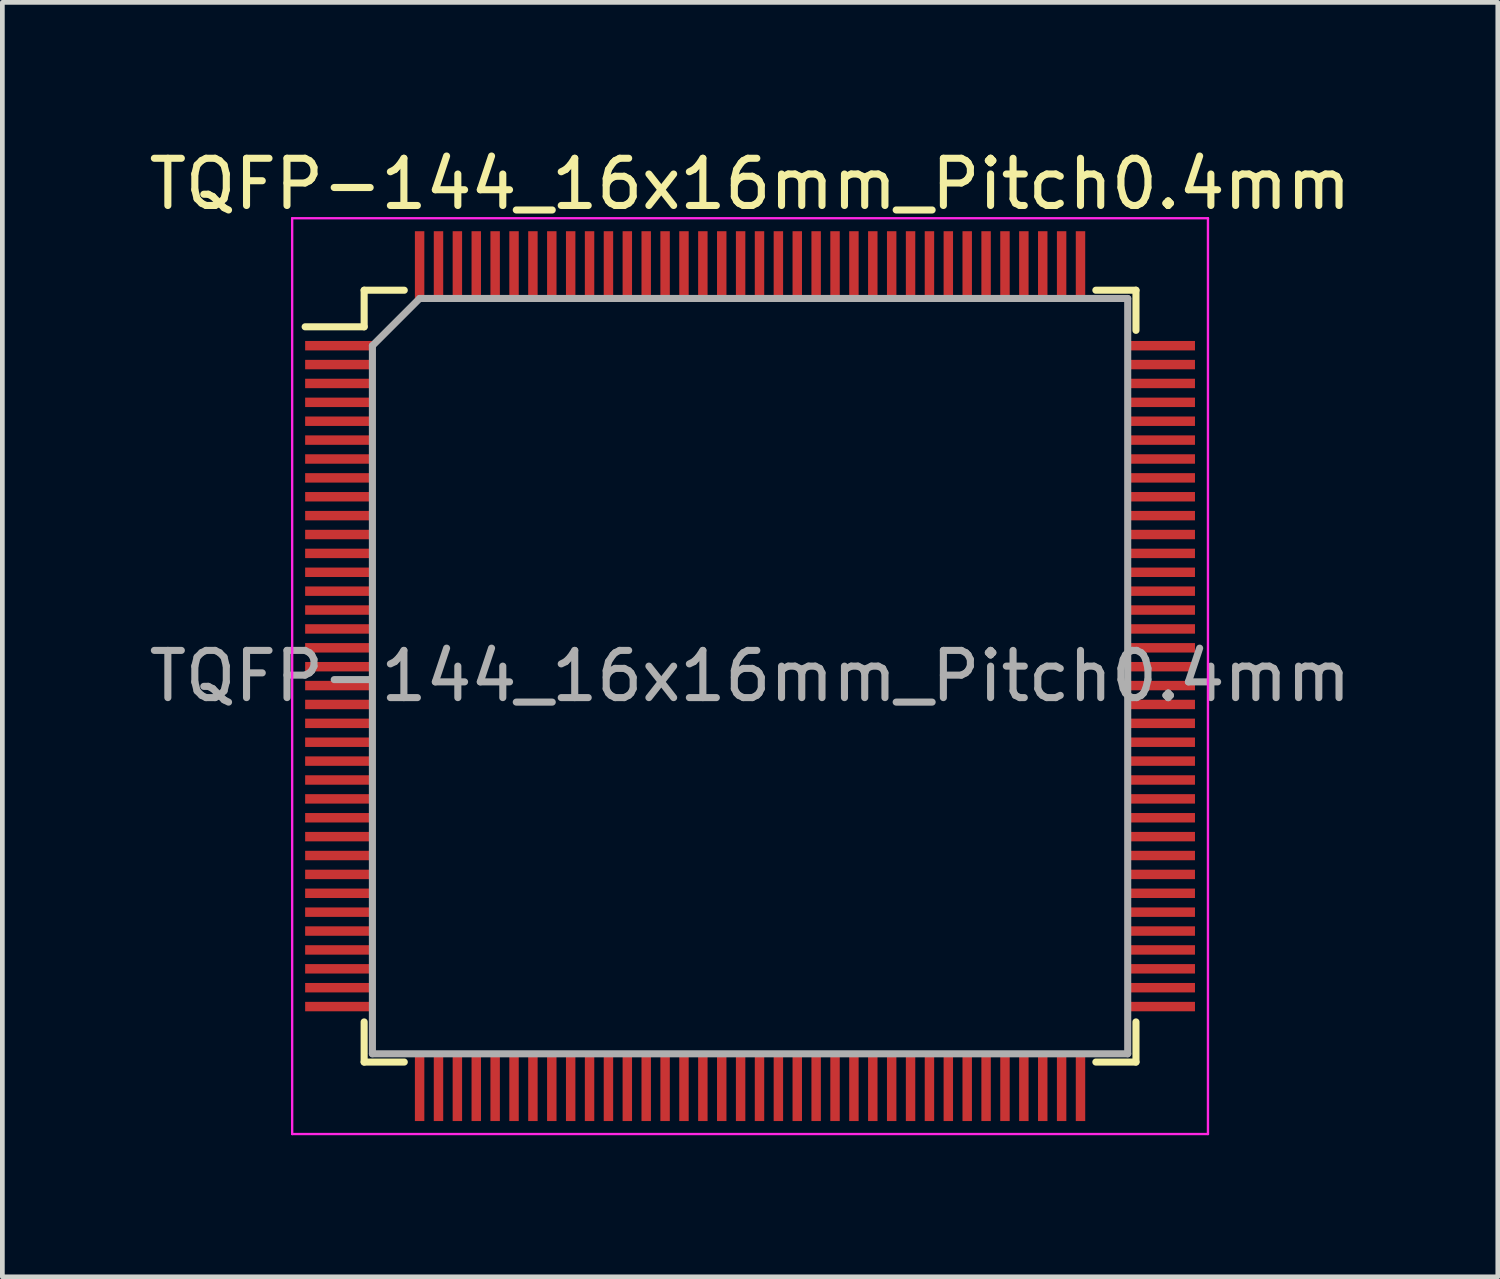
<source format=kicad_pcb>
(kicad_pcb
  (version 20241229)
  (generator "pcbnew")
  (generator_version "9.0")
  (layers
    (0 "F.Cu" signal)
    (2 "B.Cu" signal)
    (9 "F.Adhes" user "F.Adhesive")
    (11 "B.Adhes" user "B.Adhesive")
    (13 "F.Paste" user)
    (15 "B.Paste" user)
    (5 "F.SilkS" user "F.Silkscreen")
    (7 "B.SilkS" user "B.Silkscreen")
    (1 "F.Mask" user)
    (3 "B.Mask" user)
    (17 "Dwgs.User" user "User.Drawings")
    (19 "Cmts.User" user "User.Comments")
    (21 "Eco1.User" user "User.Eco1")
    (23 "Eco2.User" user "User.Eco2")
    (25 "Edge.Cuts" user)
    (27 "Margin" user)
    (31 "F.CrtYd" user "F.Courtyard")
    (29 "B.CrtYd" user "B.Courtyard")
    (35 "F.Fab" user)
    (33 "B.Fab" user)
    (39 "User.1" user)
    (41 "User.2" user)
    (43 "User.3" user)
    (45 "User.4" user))
  (footprint "TQFP-144_16x16mm_Pitch0.4mm"
    (layer "F.Cu")
    (at 12.839 11.273)
    (property "Reference" "TQFP-144_16x16mm_Pitch0.4mm" (at 0 -10.425 0) (layer "F.SilkS") (effects (font (size 1 1) (thickness 0.15))))
    (attr smd)
    (fp_line (start -8.175 -8.175) (end -8.175 -7.4) (stroke (width 0.15) (type solid)) (layer "F.SilkS"))
    (fp_line (start -8.175 -8.175) (end -7.325 -8.175) (stroke (width 0.15) (type solid)) (layer "F.SilkS"))
    (fp_line (start -8.175 -7.4) (end -9.425 -7.4) (stroke (width 0.15) (type solid)) (layer "F.SilkS"))
    (fp_line (start -8.175 8.175) (end -8.175 7.325) (stroke (width 0.15) (type solid)) (layer "F.SilkS"))
    (fp_line (start -8.175 8.175) (end -7.325 8.175) (stroke (width 0.15) (type solid)) (layer "F.SilkS"))
    (fp_line (start 8.175 -8.175) (end 7.325 -8.175) (stroke (width 0.15) (type solid)) (layer "F.SilkS"))
    (fp_line (start 8.175 -8.175) (end 8.175 -7.325) (stroke (width 0.15) (type solid)) (layer "F.SilkS"))
    (fp_line (start 8.175 8.175) (end 7.325 8.175) (stroke (width 0.15) (type solid)) (layer "F.SilkS"))
    (fp_line (start 8.175 8.175) (end 8.175 7.325) (stroke (width 0.15) (type solid)) (layer "F.SilkS"))
    (fp_line (start -9.7 -9.7) (end -9.7 9.7) (stroke (width 0.05) (type solid)) (layer "F.CrtYd"))
    (fp_line (start -9.7 -9.7) (end 9.7 -9.7) (stroke (width 0.05) (type solid)) (layer "F.CrtYd"))
    (fp_line (start -9.7 9.7) (end 9.7 9.7) (stroke (width 0.05) (type solid)) (layer "F.CrtYd"))
    (fp_line (start 9.7 -9.7) (end 9.7 9.7) (stroke (width 0.05) (type solid)) (layer "F.CrtYd"))
    (fp_line (start -8 -7) (end -7 -8) (stroke (width 0.15) (type solid)) (layer "F.Fab"))
    (fp_line (start -8 8) (end -8 -7) (stroke (width 0.15) (type solid)) (layer "F.Fab"))
    (fp_line (start -7 -8) (end 8 -8) (stroke (width 0.15) (type solid)) (layer "F.Fab"))
    (fp_line (start 8 -8) (end 8 8) (stroke (width 0.15) (type solid)) (layer "F.Fab"))
    (fp_line (start 8 8) (end -8 8) (stroke (width 0.15) (type solid)) (layer "F.Fab"))
    (fp_text user "${REFERENCE}" (at 0 0 0) (layer "F.Fab") (effects (font (size 1 1) (thickness 0.15))))
    (pad "1" smd rect (at -8.7 -7) (size 1.45 0.2) (layers "F.Cu" "F.Mask" "F.Paste"))
    (pad "2" smd rect (at -8.7 -6.6) (size 1.45 0.2) (layers "F.Cu" "F.Mask" "F.Paste"))
    (pad "3" smd rect (at -8.7 -6.2) (size 1.45 0.2) (layers "F.Cu" "F.Mask" "F.Paste"))
    (pad "4" smd rect (at -8.7 -5.8) (size 1.45 0.2) (layers "F.Cu" "F.Mask" "F.Paste"))
    (pad "5" smd rect (at -8.7 -5.4) (size 1.45 0.2) (layers "F.Cu" "F.Mask" "F.Paste"))
    (pad "6" smd rect (at -8.7 -5) (size 1.45 0.2) (layers "F.Cu" "F.Mask" "F.Paste"))
    (pad "7" smd rect (at -8.7 -4.6) (size 1.45 0.2) (layers "F.Cu" "F.Mask" "F.Paste"))
    (pad "8" smd rect (at -8.7 -4.2) (size 1.45 0.2) (layers "F.Cu" "F.Mask" "F.Paste"))
    (pad "9" smd rect (at -8.7 -3.8) (size 1.45 0.2) (layers "F.Cu" "F.Mask" "F.Paste"))
    (pad "10" smd rect (at -8.7 -3.4) (size 1.45 0.2) (layers "F.Cu" "F.Mask" "F.Paste"))
    (pad "11" smd rect (at -8.7 -3) (size 1.45 0.2) (layers "F.Cu" "F.Mask" "F.Paste"))
    (pad "12" smd rect (at -8.7 -2.6) (size 1.45 0.2) (layers "F.Cu" "F.Mask" "F.Paste"))
    (pad "13" smd rect (at -8.7 -2.2) (size 1.45 0.2) (layers "F.Cu" "F.Mask" "F.Paste"))
    (pad "14" smd rect (at -8.7 -1.8) (size 1.45 0.2) (layers "F.Cu" "F.Mask" "F.Paste"))
    (pad "15" smd rect (at -8.7 -1.4) (size 1.45 0.2) (layers "F.Cu" "F.Mask" "F.Paste"))
    (pad "16" smd rect (at -8.7 -1) (size 1.45 0.2) (layers "F.Cu" "F.Mask" "F.Paste"))
    (pad "17" smd rect (at -8.7 -0.6) (size 1.45 0.2) (layers "F.Cu" "F.Mask" "F.Paste"))
    (pad "18" smd rect (at -8.7 -0.2) (size 1.45 0.2) (layers "F.Cu" "F.Mask" "F.Paste"))
    (pad "19" smd rect (at -8.7 0.2) (size 1.45 0.2) (layers "F.Cu" "F.Mask" "F.Paste"))
    (pad "20" smd rect (at -8.7 0.6) (size 1.45 0.2) (layers "F.Cu" "F.Mask" "F.Paste"))
    (pad "21" smd rect (at -8.7 1) (size 1.45 0.2) (layers "F.Cu" "F.Mask" "F.Paste"))
    (pad "22" smd rect (at -8.7 1.4) (size 1.45 0.2) (layers "F.Cu" "F.Mask" "F.Paste"))
    (pad "23" smd rect (at -8.7 1.8) (size 1.45 0.2) (layers "F.Cu" "F.Mask" "F.Paste"))
    (pad "24" smd rect (at -8.7 2.2) (size 1.45 0.2) (layers "F.Cu" "F.Mask" "F.Paste"))
    (pad "25" smd rect (at -8.7 2.6) (size 1.45 0.2) (layers "F.Cu" "F.Mask" "F.Paste"))
    (pad "26" smd rect (at -8.7 3) (size 1.45 0.2) (layers "F.Cu" "F.Mask" "F.Paste"))
    (pad "27" smd rect (at -8.7 3.4) (size 1.45 0.2) (layers "F.Cu" "F.Mask" "F.Paste"))
    (pad "28" smd rect (at -8.7 3.8) (size 1.45 0.2) (layers "F.Cu" "F.Mask" "F.Paste"))
    (pad "29" smd rect (at -8.7 4.2) (size 1.45 0.2) (layers "F.Cu" "F.Mask" "F.Paste"))
    (pad "30" smd rect (at -8.7 4.6) (size 1.45 0.2) (layers "F.Cu" "F.Mask" "F.Paste"))
    (pad "31" smd rect (at -8.7 5) (size 1.45 0.2) (layers "F.Cu" "F.Mask" "F.Paste"))
    (pad "32" smd rect (at -8.7 5.4) (size 1.45 0.2) (layers "F.Cu" "F.Mask" "F.Paste"))
    (pad "33" smd rect (at -8.7 5.8) (size 1.45 0.2) (layers "F.Cu" "F.Mask" "F.Paste"))
    (pad "34" smd rect (at -8.7 6.2) (size 1.45 0.2) (layers "F.Cu" "F.Mask" "F.Paste"))
    (pad "35" smd rect (at -8.7 6.6) (size 1.45 0.2) (layers "F.Cu" "F.Mask" "F.Paste"))
    (pad "36" smd rect (at -8.7 7) (size 1.45 0.2) (layers "F.Cu" "F.Mask" "F.Paste"))
    (pad "37" smd rect (at -7 8.7 90) (size 1.45 0.2) (layers "F.Cu" "F.Mask" "F.Paste"))
    (pad "38" smd rect (at -6.6 8.7 90) (size 1.45 0.2) (layers "F.Cu" "F.Mask" "F.Paste"))
    (pad "39" smd rect (at -6.2 8.7 90) (size 1.45 0.2) (layers "F.Cu" "F.Mask" "F.Paste"))
    (pad "40" smd rect (at -5.8 8.7 90) (size 1.45 0.2) (layers "F.Cu" "F.Mask" "F.Paste"))
    (pad "41" smd rect (at -5.4 8.7 90) (size 1.45 0.2) (layers "F.Cu" "F.Mask" "F.Paste"))
    (pad "42" smd rect (at -5 8.7 90) (size 1.45 0.2) (layers "F.Cu" "F.Mask" "F.Paste"))
    (pad "43" smd rect (at -4.6 8.7 90) (size 1.45 0.2) (layers "F.Cu" "F.Mask" "F.Paste"))
    (pad "44" smd rect (at -4.2 8.7 90) (size 1.45 0.2) (layers "F.Cu" "F.Mask" "F.Paste"))
    (pad "45" smd rect (at -3.8 8.7 90) (size 1.45 0.2) (layers "F.Cu" "F.Mask" "F.Paste"))
    (pad "46" smd rect (at -3.4 8.7 90) (size 1.45 0.2) (layers "F.Cu" "F.Mask" "F.Paste"))
    (pad "47" smd rect (at -3 8.7 90) (size 1.45 0.2) (layers "F.Cu" "F.Mask" "F.Paste"))
    (pad "48" smd rect (at -2.6 8.7 90) (size 1.45 0.2) (layers "F.Cu" "F.Mask" "F.Paste"))
    (pad "49" smd rect (at -2.2 8.7 90) (size 1.45 0.2) (layers "F.Cu" "F.Mask" "F.Paste"))
    (pad "50" smd rect (at -1.8 8.7 90) (size 1.45 0.2) (layers "F.Cu" "F.Mask" "F.Paste"))
    (pad "51" smd rect (at -1.4 8.7 90) (size 1.45 0.2) (layers "F.Cu" "F.Mask" "F.Paste"))
    (pad "52" smd rect (at -1 8.7 90) (size 1.45 0.2) (layers "F.Cu" "F.Mask" "F.Paste"))
    (pad "53" smd rect (at -0.6 8.7 90) (size 1.45 0.2) (layers "F.Cu" "F.Mask" "F.Paste"))
    (pad "54" smd rect (at -0.2 8.7 90) (size 1.45 0.2) (layers "F.Cu" "F.Mask" "F.Paste"))
    (pad "55" smd rect (at 0.2 8.7 90) (size 1.45 0.2) (layers "F.Cu" "F.Mask" "F.Paste"))
    (pad "56" smd rect (at 0.6 8.7 90) (size 1.45 0.2) (layers "F.Cu" "F.Mask" "F.Paste"))
    (pad "57" smd rect (at 1 8.7 90) (size 1.45 0.2) (layers "F.Cu" "F.Mask" "F.Paste"))
    (pad "58" smd rect (at 1.4 8.7 90) (size 1.45 0.2) (layers "F.Cu" "F.Mask" "F.Paste"))
    (pad "59" smd rect (at 1.8 8.7 90) (size 1.45 0.2) (layers "F.Cu" "F.Mask" "F.Paste"))
    (pad "60" smd rect (at 2.2 8.7 90) (size 1.45 0.2) (layers "F.Cu" "F.Mask" "F.Paste"))
    (pad "61" smd rect (at 2.6 8.7 90) (size 1.45 0.2) (layers "F.Cu" "F.Mask" "F.Paste"))
    (pad "62" smd rect (at 3 8.7 90) (size 1.45 0.2) (layers "F.Cu" "F.Mask" "F.Paste"))
    (pad "63" smd rect (at 3.4 8.7 90) (size 1.45 0.2) (layers "F.Cu" "F.Mask" "F.Paste"))
    (pad "64" smd rect (at 3.8 8.7 90) (size 1.45 0.2) (layers "F.Cu" "F.Mask" "F.Paste"))
    (pad "65" smd rect (at 4.2 8.7 90) (size 1.45 0.2) (layers "F.Cu" "F.Mask" "F.Paste"))
    (pad "66" smd rect (at 4.6 8.7 90) (size 1.45 0.2) (layers "F.Cu" "F.Mask" "F.Paste"))
    (pad "67" smd rect (at 5 8.7 90) (size 1.45 0.2) (layers "F.Cu" "F.Mask" "F.Paste"))
    (pad "68" smd rect (at 5.4 8.7 90) (size 1.45 0.2) (layers "F.Cu" "F.Mask" "F.Paste"))
    (pad "69" smd rect (at 5.8 8.7 90) (size 1.45 0.2) (layers "F.Cu" "F.Mask" "F.Paste"))
    (pad "70" smd rect (at 6.2 8.7 90) (size 1.45 0.2) (layers "F.Cu" "F.Mask" "F.Paste"))
    (pad "71" smd rect (at 6.6 8.7 90) (size 1.45 0.2) (layers "F.Cu" "F.Mask" "F.Paste"))
    (pad "72" smd rect (at 7 8.7 90) (size 1.45 0.2) (layers "F.Cu" "F.Mask" "F.Paste"))
    (pad "73" smd rect (at 8.7 7) (size 1.45 0.2) (layers "F.Cu" "F.Mask" "F.Paste"))
    (pad "74" smd rect (at 8.7 6.6) (size 1.45 0.2) (layers "F.Cu" "F.Mask" "F.Paste"))
    (pad "75" smd rect (at 8.7 6.2) (size 1.45 0.2) (layers "F.Cu" "F.Mask" "F.Paste"))
    (pad "76" smd rect (at 8.7 5.8) (size 1.45 0.2) (layers "F.Cu" "F.Mask" "F.Paste"))
    (pad "77" smd rect (at 8.7 5.4) (size 1.45 0.2) (layers "F.Cu" "F.Mask" "F.Paste"))
    (pad "78" smd rect (at 8.7 5) (size 1.45 0.2) (layers "F.Cu" "F.Mask" "F.Paste"))
    (pad "79" smd rect (at 8.7 4.6) (size 1.45 0.2) (layers "F.Cu" "F.Mask" "F.Paste"))
    (pad "80" smd rect (at 8.7 4.2) (size 1.45 0.2) (layers "F.Cu" "F.Mask" "F.Paste"))
    (pad "81" smd rect (at 8.7 3.8) (size 1.45 0.2) (layers "F.Cu" "F.Mask" "F.Paste"))
    (pad "82" smd rect (at 8.7 3.4) (size 1.45 0.2) (layers "F.Cu" "F.Mask" "F.Paste"))
    (pad "83" smd rect (at 8.7 3) (size 1.45 0.2) (layers "F.Cu" "F.Mask" "F.Paste"))
    (pad "84" smd rect (at 8.7 2.6) (size 1.45 0.2) (layers "F.Cu" "F.Mask" "F.Paste"))
    (pad "85" smd rect (at 8.7 2.2) (size 1.45 0.2) (layers "F.Cu" "F.Mask" "F.Paste"))
    (pad "86" smd rect (at 8.7 1.8) (size 1.45 0.2) (layers "F.Cu" "F.Mask" "F.Paste"))
    (pad "87" smd rect (at 8.7 1.4) (size 1.45 0.2) (layers "F.Cu" "F.Mask" "F.Paste"))
    (pad "88" smd rect (at 8.7 1) (size 1.45 0.2) (layers "F.Cu" "F.Mask" "F.Paste"))
    (pad "89" smd rect (at 8.7 0.6) (size 1.45 0.2) (layers "F.Cu" "F.Mask" "F.Paste"))
    (pad "90" smd rect (at 8.7 0.2) (size 1.45 0.2) (layers "F.Cu" "F.Mask" "F.Paste"))
    (pad "91" smd rect (at 8.7 -0.2) (size 1.45 0.2) (layers "F.Cu" "F.Mask" "F.Paste"))
    (pad "92" smd rect (at 8.7 -0.6) (size 1.45 0.2) (layers "F.Cu" "F.Mask" "F.Paste"))
    (pad "93" smd rect (at 8.7 -1) (size 1.45 0.2) (layers "F.Cu" "F.Mask" "F.Paste"))
    (pad "94" smd rect (at 8.7 -1.4) (size 1.45 0.2) (layers "F.Cu" "F.Mask" "F.Paste"))
    (pad "95" smd rect (at 8.7 -1.8) (size 1.45 0.2) (layers "F.Cu" "F.Mask" "F.Paste"))
    (pad "96" smd rect (at 8.7 -2.2) (size 1.45 0.2) (layers "F.Cu" "F.Mask" "F.Paste"))
    (pad "97" smd rect (at 8.7 -2.6) (size 1.45 0.2) (layers "F.Cu" "F.Mask" "F.Paste"))
    (pad "98" smd rect (at 8.7 -3) (size 1.45 0.2) (layers "F.Cu" "F.Mask" "F.Paste"))
    (pad "99" smd rect (at 8.7 -3.4) (size 1.45 0.2) (layers "F.Cu" "F.Mask" "F.Paste"))
    (pad "100" smd rect (at 8.7 -3.8) (size 1.45 0.2) (layers "F.Cu" "F.Mask" "F.Paste"))
    (pad "101" smd rect (at 8.7 -4.2) (size 1.45 0.2) (layers "F.Cu" "F.Mask" "F.Paste"))
    (pad "102" smd rect (at 8.7 -4.6) (size 1.45 0.2) (layers "F.Cu" "F.Mask" "F.Paste"))
    (pad "103" smd rect (at 8.7 -5) (size 1.45 0.2) (layers "F.Cu" "F.Mask" "F.Paste"))
    (pad "104" smd rect (at 8.7 -5.4) (size 1.45 0.2) (layers "F.Cu" "F.Mask" "F.Paste"))
    (pad "105" smd rect (at 8.7 -5.8) (size 1.45 0.2) (layers "F.Cu" "F.Mask" "F.Paste"))
    (pad "106" smd rect (at 8.7 -6.2) (size 1.45 0.2) (layers "F.Cu" "F.Mask" "F.Paste"))
    (pad "107" smd rect (at 8.7 -6.6) (size 1.45 0.2) (layers "F.Cu" "F.Mask" "F.Paste"))
    (pad "108" smd rect (at 8.7 -7) (size 1.45 0.2) (layers "F.Cu" "F.Mask" "F.Paste"))
    (pad "109" smd rect (at 7 -8.7 90) (size 1.45 0.2) (layers "F.Cu" "F.Mask" "F.Paste"))
    (pad "110" smd rect (at 6.6 -8.7 90) (size 1.45 0.2) (layers "F.Cu" "F.Mask" "F.Paste"))
    (pad "111" smd rect (at 6.2 -8.7 90) (size 1.45 0.2) (layers "F.Cu" "F.Mask" "F.Paste"))
    (pad "112" smd rect (at 5.8 -8.7 90) (size 1.45 0.2) (layers "F.Cu" "F.Mask" "F.Paste"))
    (pad "113" smd rect (at 5.4 -8.7 90) (size 1.45 0.2) (layers "F.Cu" "F.Mask" "F.Paste"))
    (pad "114" smd rect (at 5 -8.7 90) (size 1.45 0.2) (layers "F.Cu" "F.Mask" "F.Paste"))
    (pad "115" smd rect (at 4.6 -8.7 90) (size 1.45 0.2) (layers "F.Cu" "F.Mask" "F.Paste"))
    (pad "116" smd rect (at 4.2 -8.7 90) (size 1.45 0.2) (layers "F.Cu" "F.Mask" "F.Paste"))
    (pad "117" smd rect (at 3.8 -8.7 90) (size 1.45 0.2) (layers "F.Cu" "F.Mask" "F.Paste"))
    (pad "118" smd rect (at 3.4 -8.7 90) (size 1.45 0.2) (layers "F.Cu" "F.Mask" "F.Paste"))
    (pad "119" smd rect (at 3 -8.7 90) (size 1.45 0.2) (layers "F.Cu" "F.Mask" "F.Paste"))
    (pad "120" smd rect (at 2.6 -8.7 90) (size 1.45 0.2) (layers "F.Cu" "F.Mask" "F.Paste"))
    (pad "121" smd rect (at 2.2 -8.7 90) (size 1.45 0.2) (layers "F.Cu" "F.Mask" "F.Paste"))
    (pad "122" smd rect (at 1.8 -8.7 90) (size 1.45 0.2) (layers "F.Cu" "F.Mask" "F.Paste"))
    (pad "123" smd rect (at 1.4 -8.7 90) (size 1.45 0.2) (layers "F.Cu" "F.Mask" "F.Paste"))
    (pad "124" smd rect (at 1 -8.7 90) (size 1.45 0.2) (layers "F.Cu" "F.Mask" "F.Paste"))
    (pad "125" smd rect (at 0.6 -8.7 90) (size 1.45 0.2) (layers "F.Cu" "F.Mask" "F.Paste"))
    (pad "126" smd rect (at 0.2 -8.7 90) (size 1.45 0.2) (layers "F.Cu" "F.Mask" "F.Paste"))
    (pad "127" smd rect (at -0.2 -8.7 90) (size 1.45 0.2) (layers "F.Cu" "F.Mask" "F.Paste"))
    (pad "128" smd rect (at -0.6 -8.7 90) (size 1.45 0.2) (layers "F.Cu" "F.Mask" "F.Paste"))
    (pad "129" smd rect (at -1 -8.7 90) (size 1.45 0.2) (layers "F.Cu" "F.Mask" "F.Paste"))
    (pad "130" smd rect (at -1.4 -8.7 90) (size 1.45 0.2) (layers "F.Cu" "F.Mask" "F.Paste"))
    (pad "131" smd rect (at -1.8 -8.7 90) (size 1.45 0.2) (layers "F.Cu" "F.Mask" "F.Paste"))
    (pad "132" smd rect (at -2.2 -8.7 90) (size 1.45 0.2) (layers "F.Cu" "F.Mask" "F.Paste"))
    (pad "133" smd rect (at -2.6 -8.7 90) (size 1.45 0.2) (layers "F.Cu" "F.Mask" "F.Paste"))
    (pad "134" smd rect (at -3 -8.7 90) (size 1.45 0.2) (layers "F.Cu" "F.Mask" "F.Paste"))
    (pad "135" smd rect (at -3.4 -8.7 90) (size 1.45 0.2) (layers "F.Cu" "F.Mask" "F.Paste"))
    (pad "136" smd rect (at -3.8 -8.7 90) (size 1.45 0.2) (layers "F.Cu" "F.Mask" "F.Paste"))
    (pad "137" smd rect (at -4.2 -8.7 90) (size 1.45 0.2) (layers "F.Cu" "F.Mask" "F.Paste"))
    (pad "138" smd rect (at -4.6 -8.7 90) (size 1.45 0.2) (layers "F.Cu" "F.Mask" "F.Paste"))
    (pad "139" smd rect (at -5 -8.7 90) (size 1.45 0.2) (layers "F.Cu" "F.Mask" "F.Paste"))
    (pad "140" smd rect (at -5.4 -8.7 90) (size 1.45 0.2) (layers "F.Cu" "F.Mask" "F.Paste"))
    (pad "141" smd rect (at -5.8 -8.7 90) (size 1.45 0.2) (layers "F.Cu" "F.Mask" "F.Paste"))
    (pad "142" smd rect (at -6.2 -8.7 90) (size 1.45 0.2) (layers "F.Cu" "F.Mask" "F.Paste"))
    (pad "143" smd rect (at -6.6 -8.7 90) (size 1.45 0.2) (layers "F.Cu" "F.Mask" "F.Paste"))
    (pad "144" smd rect (at -7 -8.7 90) (size 1.45 0.2) (layers "F.Cu" "F.Mask" "F.Paste")))
  (gr_rect
    (start -3 -3)
    (end 28.679 23.998)
    (stroke (width 0.1) (type default))
    (fill no)
    (layer "Edge.Cuts")))
</source>
